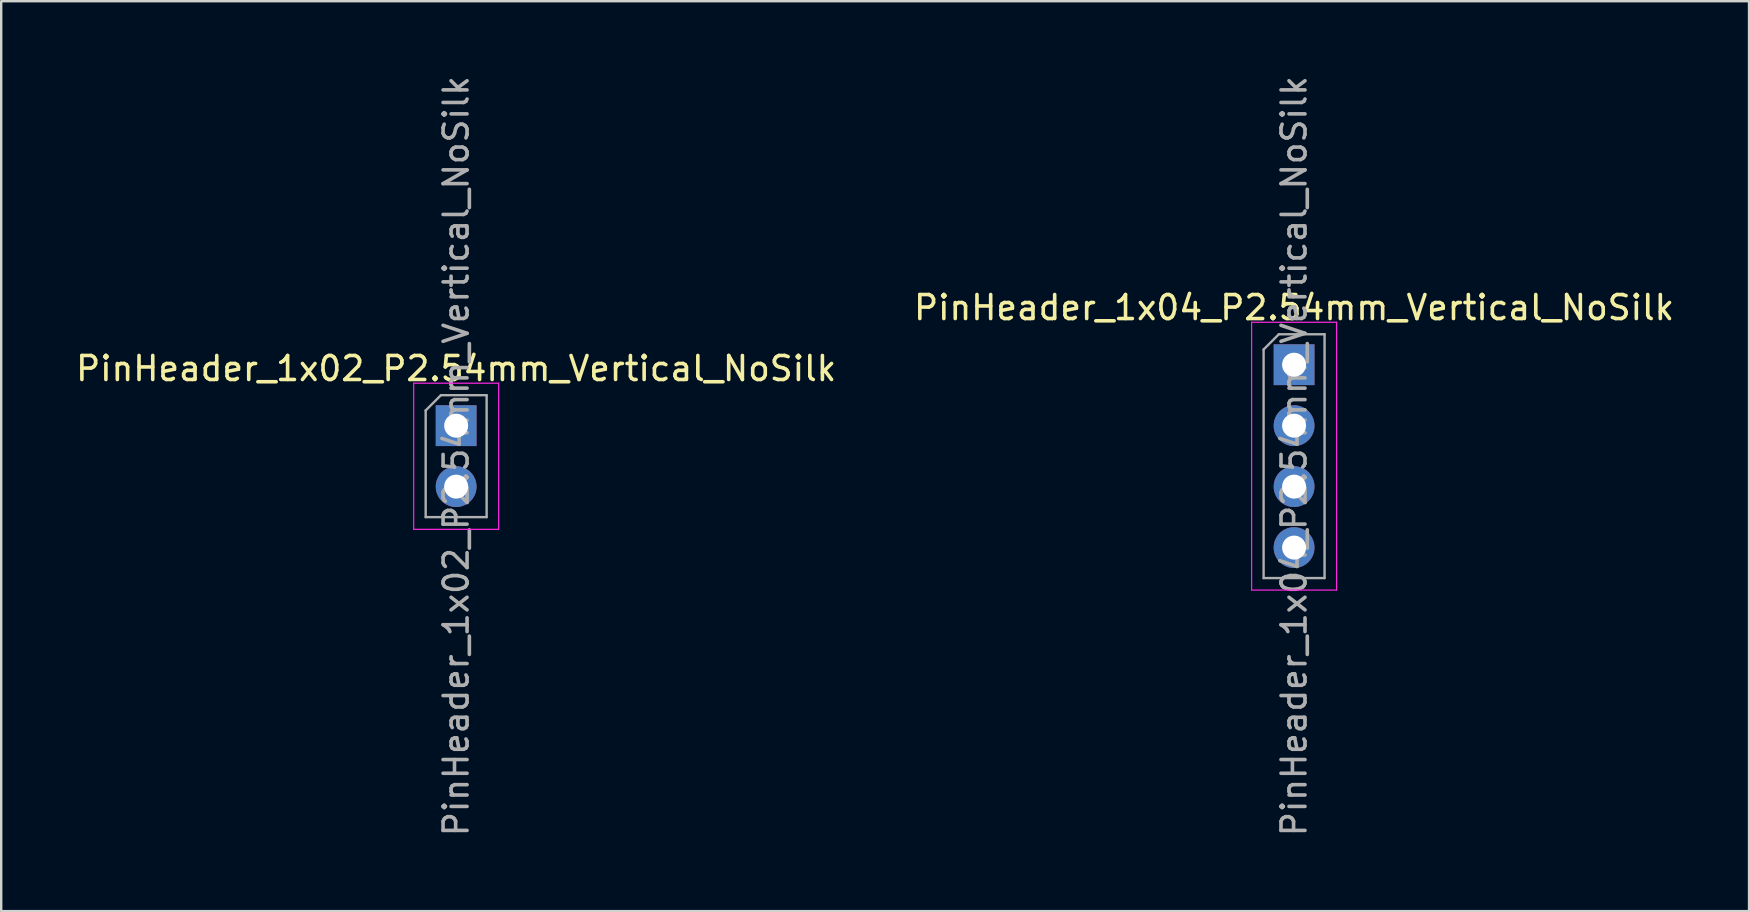
<source format=kicad_pcb>
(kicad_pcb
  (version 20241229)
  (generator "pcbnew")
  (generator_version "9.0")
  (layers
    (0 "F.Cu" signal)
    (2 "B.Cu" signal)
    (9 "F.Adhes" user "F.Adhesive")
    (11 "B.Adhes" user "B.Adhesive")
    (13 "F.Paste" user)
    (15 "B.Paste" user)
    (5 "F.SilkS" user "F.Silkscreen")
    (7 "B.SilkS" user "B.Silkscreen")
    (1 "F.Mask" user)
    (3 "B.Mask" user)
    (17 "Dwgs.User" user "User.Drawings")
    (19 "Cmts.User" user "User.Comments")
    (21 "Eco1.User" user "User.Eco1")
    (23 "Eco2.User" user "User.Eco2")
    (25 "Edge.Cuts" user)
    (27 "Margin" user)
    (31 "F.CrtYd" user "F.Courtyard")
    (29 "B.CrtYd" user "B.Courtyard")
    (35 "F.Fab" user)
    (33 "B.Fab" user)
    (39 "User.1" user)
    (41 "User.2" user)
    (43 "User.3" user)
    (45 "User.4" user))
  (footprint "PinHeader_1x04_P2.54mm_Vertical_NoSilk"
    (layer "F.Cu")
    (at 50.875 12.148)
    (property "Reference" "PinHeader_1x04_P2.54mm_Vertical_NoSilk" (at 0 -2.38 0) (layer "F.SilkS") (effects (font (size 1 1) (thickness 0.15))))
    (attr through_hole)
    (fp_line (start -1.77 -1.77) (end -1.77 9.39) (stroke (width 0.05) (type solid)) (layer "F.CrtYd"))
    (fp_line (start -1.77 9.39) (end 1.77 9.39) (stroke (width 0.05) (type solid)) (layer "F.CrtYd"))
    (fp_line (start 1.77 -1.77) (end -1.77 -1.77) (stroke (width 0.05) (type solid)) (layer "F.CrtYd"))
    (fp_line (start 1.77 9.39) (end 1.77 -1.77) (stroke (width 0.05) (type solid)) (layer "F.CrtYd"))
    (fp_line (start -1.27 -0.635) (end -0.635 -1.27) (stroke (width 0.1) (type solid)) (layer "F.Fab"))
    (fp_line (start -1.27 8.89) (end -1.27 -0.635) (stroke (width 0.1) (type solid)) (layer "F.Fab"))
    (fp_line (start -0.635 -1.27) (end 1.27 -1.27) (stroke (width 0.1) (type solid)) (layer "F.Fab"))
    (fp_line (start 1.27 -1.27) (end 1.27 8.89) (stroke (width 0.1) (type solid)) (layer "F.Fab"))
    (fp_line (start 1.27 8.89) (end -1.27 8.89) (stroke (width 0.1) (type solid)) (layer "F.Fab"))
    (fp_text user "${REFERENCE}" (at 0 3.81 90) (layer "F.Fab") (effects (font (size 1 1) (thickness 0.15))))
    (pad "1" thru_hole rect (at 0 0) (size 1.7 1.7) (drill 1) (layers "*.Cu" "*.Mask"))
    (pad "2" thru_hole circle (at 0 2.54) (size 1.7 1.7) (drill 1) (layers "*.Cu" "*.Mask"))
    (pad "3" thru_hole circle (at 0 5.08) (size 1.7 1.7) (drill 1) (layers "*.Cu" "*.Mask"))
    (pad "4" thru_hole circle (at 0 7.62) (size 1.7 1.7) (drill 1) (layers "*.Cu" "*.Mask")))
  (footprint "PinHeader_1x02_P2.54mm_Vertical_NoSilk"
    (layer "F.Cu")
    (at 15.958 14.688)
    (property "Reference" "PinHeader_1x02_P2.54mm_Vertical_NoSilk" (at 0 -2.38 0) (layer "F.SilkS") (effects (font (size 1 1) (thickness 0.15))))
    (attr through_hole)
    (fp_line (start -1.77 -1.77) (end -1.77 4.32) (stroke (width 0.05) (type solid)) (layer "F.CrtYd"))
    (fp_line (start -1.77 4.32) (end 1.77 4.32) (stroke (width 0.05) (type solid)) (layer "F.CrtYd"))
    (fp_line (start 1.77 -1.77) (end -1.77 -1.77) (stroke (width 0.05) (type solid)) (layer "F.CrtYd"))
    (fp_line (start 1.77 4.32) (end 1.77 -1.77) (stroke (width 0.05) (type solid)) (layer "F.CrtYd"))
    (fp_line (start -1.27 -0.635) (end -0.635 -1.27) (stroke (width 0.1) (type solid)) (layer "F.Fab"))
    (fp_line (start -1.27 3.81) (end -1.27 -0.635) (stroke (width 0.1) (type solid)) (layer "F.Fab"))
    (fp_line (start -0.635 -1.27) (end 1.27 -1.27) (stroke (width 0.1) (type solid)) (layer "F.Fab"))
    (fp_line (start 1.27 -1.27) (end 1.27 3.81) (stroke (width 0.1) (type solid)) (layer "F.Fab"))
    (fp_line (start 1.27 3.81) (end -1.27 3.81) (stroke (width 0.1) (type solid)) (layer "F.Fab"))
    (fp_text user "${REFERENCE}" (at 0 1.27 90) (layer "F.Fab") (effects (font (size 1 1) (thickness 0.15))))
    (pad "1" thru_hole rect (at 0 0) (size 1.7 1.7) (drill 1) (layers "*.Cu" "*.Mask"))
    (pad "2" thru_hole circle (at 0 2.54) (size 1.7 1.7) (drill 1) (layers "*.Cu" "*.Mask")))
  (gr_rect
    (start -3 -3)
    (end 69.833 34.917)
    (stroke (width 0.1) (type default))
    (fill no)
    (layer "Edge.Cuts")))
</source>
